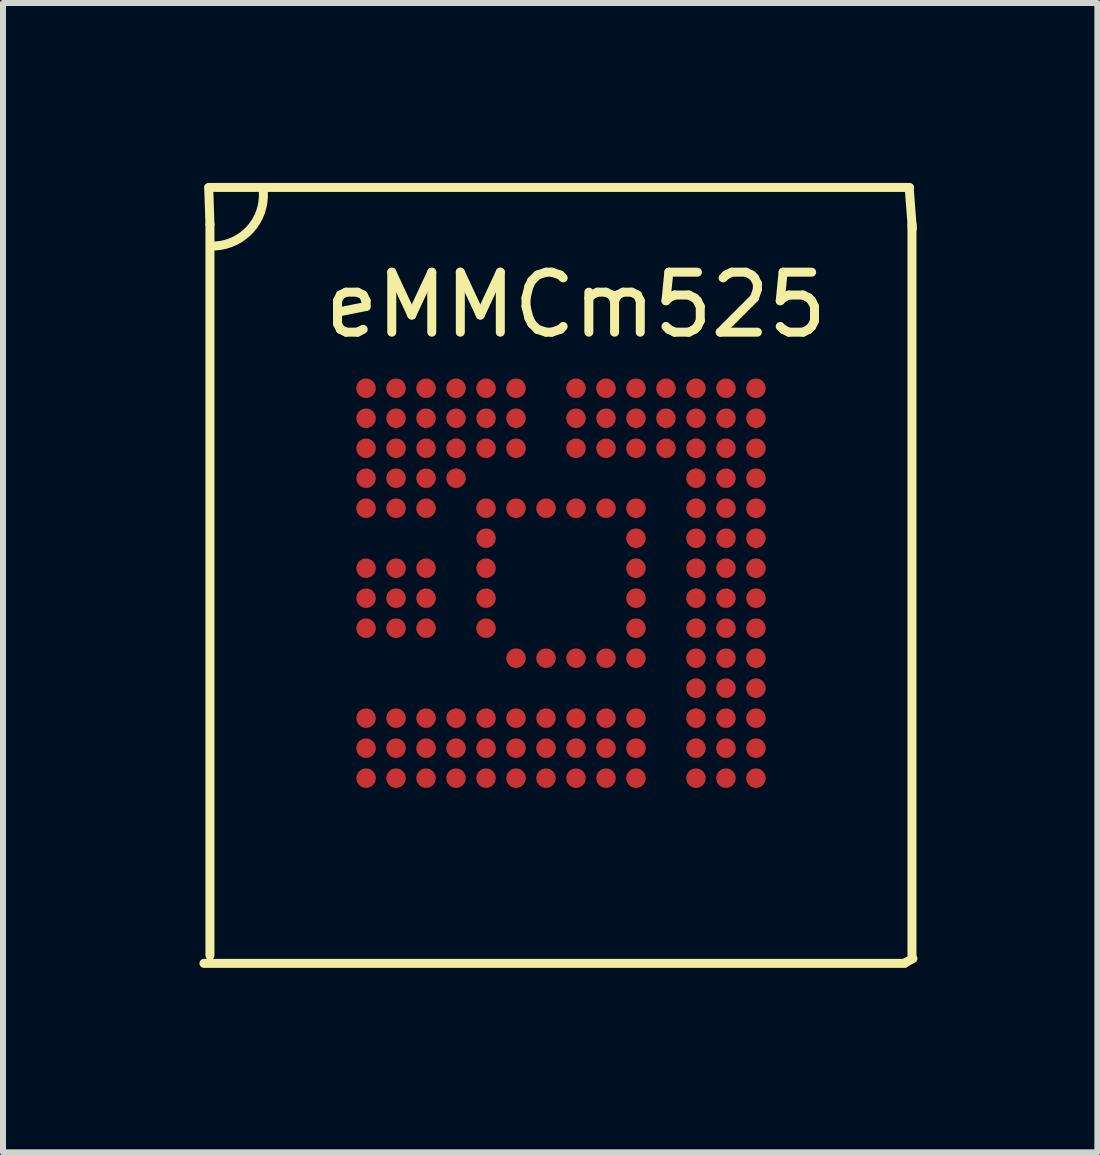
<source format=kicad_pcb>
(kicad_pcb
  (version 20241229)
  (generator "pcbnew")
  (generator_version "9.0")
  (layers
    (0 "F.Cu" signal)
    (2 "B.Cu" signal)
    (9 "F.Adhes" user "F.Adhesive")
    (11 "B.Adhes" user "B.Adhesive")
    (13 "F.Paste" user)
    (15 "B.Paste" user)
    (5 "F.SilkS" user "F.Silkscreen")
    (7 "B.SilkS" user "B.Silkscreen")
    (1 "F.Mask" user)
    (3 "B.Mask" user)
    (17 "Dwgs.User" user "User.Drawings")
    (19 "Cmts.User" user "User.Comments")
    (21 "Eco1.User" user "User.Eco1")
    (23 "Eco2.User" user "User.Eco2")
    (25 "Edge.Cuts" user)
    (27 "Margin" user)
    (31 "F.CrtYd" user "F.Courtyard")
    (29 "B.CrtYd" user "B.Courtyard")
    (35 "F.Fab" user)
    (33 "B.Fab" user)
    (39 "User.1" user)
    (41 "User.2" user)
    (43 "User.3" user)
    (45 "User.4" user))
  (footprint "eMMCm525"
    (layer "F.Cu")
    (at 0.25 12.911)
    (property "Reference" "eMMCm525" (at 6.303 -10.878 180) (layer "F.SilkS") (effects (font (size 1 1) (thickness 0.15))))
    (attr through_hole)
    (fp_line (start 0.1 0.1) (end 11.784 0.1) (stroke (width 0.15) (type solid)) (layer "F.SilkS"))
    (fp_line (start 0.2 -12.222) (end 0.2 -0.03) (stroke (width 0.15) (type solid)) (layer "F.SilkS"))
    (fp_line (start 0.2 -12.22) (end 0.18 -12.83) (stroke (width 0.15) (type solid)) (layer "F.SilkS"))
    (fp_line (start 11.864 -12.836) (end 0.18 -12.836) (stroke (width 0.15) (type solid)) (layer "F.SilkS"))
    (fp_line (start 11.904 -0.02) (end 11.904 -12.212) (stroke (width 0.15) (type solid)) (layer "F.SilkS"))
    (fp_line (start 11.91 -12.15) (end 11.86 -12.8) (stroke (width 0.15) (type solid)) (layer "F.SilkS"))
    (fp_line (start 11.92 0.02) (end 11.79 0.09) (stroke (width 0.15) (type solid)) (layer "F.SilkS"))
    (fp_arc (start 1.09 -12.76) (mid 0.876396 -12.144315) (end 0.29 -11.86) (stroke (width 0.15) (type solid)) (layer "F.SilkS"))
    (pad "1" smd circle (at 3.803 -9.488 180) (size 0.325 0.325) (layers "F.Cu" "F.Mask" "F.Paste"))
    (pad "2" smd circle (at 4.303 -9.488 180) (size 0.325 0.325) (layers "F.Cu" "F.Mask" "F.Paste"))
    (pad "3" smd circle (at 4.803 -9.488 180) (size 0.325 0.325) (layers "F.Cu" "F.Mask" "F.Paste"))
    (pad "4" smd circle (at 6.303 -9.488 180) (size 0.325 0.325) (layers "F.Cu" "F.Mask" "F.Paste"))
    (pad "5" smd circle (at 6.803 -9.488 180) (size 0.325 0.325) (layers "F.Cu" "F.Mask" "F.Paste"))
    (pad "6" smd circle (at 3.303 -8.988 180) (size 0.325 0.325) (layers "F.Cu" "F.Mask" "F.Paste"))
    (pad "7" smd circle (at 3.803 -8.988 180) (size 0.325 0.325) (layers "F.Cu" "F.Mask" "F.Paste"))
    (pad "8" smd circle (at 4.303 -8.988 180) (size 0.325 0.325) (layers "F.Cu" "F.Mask" "F.Paste"))
    (pad "9" smd circle (at 4.803 -8.988 180) (size 0.325 0.325) (layers "F.Cu" "F.Mask" "F.Paste"))
    (pad "10" smd circle (at 5.303 -8.988 180) (size 0.325 0.325) (layers "F.Cu" "F.Mask" "F.Paste"))
    (pad "11" smd circle (at 3.303 -8.488 180) (size 0.325 0.325) (layers "F.Cu" "F.Mask" "F.Paste"))
    (pad "12" smd circle (at 7.303 -9.488 180) (size 0.325 0.325) (layers "F.Cu" "F.Mask" "F.Paste"))
    (pad "13" smd circle (at 7.803 -9.488 180) (size 0.325 0.325) (layers "F.Cu" "F.Mask" "F.Paste"))
    (pad "15" smd circle (at 4.803 -7.488 180) (size 0.325 0.325) (layers "F.Cu" "F.Mask" "F.Paste"))
    (pad "16" smd circle (at 3.803 -6.488 180) (size 0.325 0.325) (layers "F.Cu" "F.Mask" "F.Paste"))
    (pad "17" smd circle (at 5.303 -4.988 180) (size 0.325 0.325) (layers "F.Cu" "F.Mask" "F.Paste"))
    (pad "18" smd circle (at 5.803 -4.988 180) (size 0.325 0.325) (layers "F.Cu" "F.Mask" "F.Paste"))
    (pad "19" smd circle (at 5.803 -2.988 180) (size 0.325 0.325) (layers "F.Cu" "F.Mask" "F.Paste"))
    (pad "20" smd circle (at 7.303 -2.988 180) (size 0.325 0.325) (layers "F.Cu" "F.Mask" "F.Paste"))
    (pad "21" smd circle (at 5.303 -9.488 180) (size 0.325 0.325) (layers "F.Cu" "F.Mask" "F.Paste"))
    (pad "22" smd circle (at 5.803 -7.488 180) (size 0.325 0.325) (layers "F.Cu" "F.Mask" "F.Paste"))
    (pad "23" smd circle (at 4.803 -6.488 180) (size 0.325 0.325) (layers "F.Cu" "F.Mask" "F.Paste"))
    (pad "24" smd circle (at 7.303 -5.988 180) (size 0.325 0.325) (layers "F.Cu" "F.Mask" "F.Paste"))
    (pad "25" smd circle (at 4.803 -5.488 180) (size 0.325 0.325) (layers "F.Cu" "F.Mask" "F.Paste"))
    (pad "26" smd circle (at 6.303 -4.988 180) (size 0.325 0.325) (layers "F.Cu" "F.Mask" "F.Paste"))
    (pad "27" smd circle (at 4.303 -8.488 180) (size 0.325 0.325) (layers "F.Cu" "F.Mask" "F.Paste"))
    (pad "28" smd circle (at 4.303 -2.988 180) (size 0.325 0.325) (layers "F.Cu" "F.Mask" "F.Paste"))
    (pad "29" smd circle (at 4.803 -3.488 180) (size 0.325 0.325) (layers "F.Cu" "F.Mask" "F.Paste"))
    (pad "30" smd circle (at 5.303 -2.988 180) (size 0.325 0.325) (layers "F.Cu" "F.Mask" "F.Paste"))
    (pad "31" smd circle (at 3.303 -3.488 180) (size 0.325 0.325) (layers "F.Cu" "F.Mask" "F.Paste"))
    (pad "32" smd circle (at 5.303 -7.488 180) (size 0.325 0.325) (layers "F.Cu" "F.Mask" "F.Paste"))
    (pad "33" smd circle (at 4.803 -6.988 180) (size 0.325 0.325) (layers "F.Cu" "F.Mask" "F.Paste"))
    (pad "34" smd circle (at 6.803 -4.988 180) (size 0.325 0.325) (layers "F.Cu" "F.Mask" "F.Paste"))
    (pad "35" smd circle (at 7.303 -5.488 180) (size 0.325 0.325) (layers "F.Cu" "F.Mask" "F.Paste"))
    (pad "36" smd circle (at 5.303 -8.488 180) (size 0.325 0.325) (layers "F.Cu" "F.Mask" "F.Paste"))
    (pad "37" smd circle (at 4.303 -3.988 180) (size 0.325 0.325) (layers "F.Cu" "F.Mask" "F.Paste"))
    (pad "38" smd circle (at 4.303 -3.488 180) (size 0.325 0.325) (layers "F.Cu" "F.Mask" "F.Paste"))
    (pad "39" smd circle (at 3.803 -2.988 180) (size 0.325 0.325) (layers "F.Cu" "F.Mask" "F.Paste"))
    (pad "40" smd circle (at 4.803 -2.988 180) (size 0.325 0.325) (layers "F.Cu" "F.Mask" "F.Paste"))
    (pad "41" smd circle (at 6.303 -7.488 180) (size 0.325 0.325) (layers "F.Cu" "F.Mask" "F.Paste"))
    (pad "42" smd circle (at 6.803 -7.488 180) (size 0.325 0.325) (layers "F.Cu" "F.Mask" "F.Paste"))
    (pad "43" smd circle (at 7.303 -7.488 180) (size 0.325 0.325) (layers "F.Cu" "F.Mask" "F.Paste"))
    (pad "44" smd circle (at 7.303 -6.988 180) (size 0.325 0.325) (layers "F.Cu" "F.Mask" "F.Paste"))
    (pad "45" smd circle (at 7.303 -6.488 180) (size 0.325 0.325) (layers "F.Cu" "F.Mask" "F.Paste"))
    (pad "46" smd circle (at 7.303 -4.988 180) (size 0.325 0.325) (layers "F.Cu" "F.Mask" "F.Paste"))
    (pad "47" smd circle (at 4.803 -5.988 180) (size 0.325 0.325) (layers "F.Cu" "F.Mask" "F.Paste"))
    (pad "49" smd circle (at 4.803 -3.988 180) (size 0.325 0.325) (layers "F.Cu" "F.Mask" "F.Paste"))
    (pad "50" smd circle (at 5.303 -3.988 180) (size 0.325 0.325) (layers "F.Cu" "F.Mask" "F.Paste"))
    (pad "51" smd circle (at 8.303 -9.488 180) (size 0.325 0.325) (layers "F.Cu" "F.Mask" "F.Paste"))
    (pad "52" smd circle (at 8.803 -9.488 180) (size 0.325 0.325) (layers "F.Cu" "F.Mask" "F.Paste"))
    (pad "53" smd circle (at 9.303 -9.488 180) (size 0.325 0.325) (layers "F.Cu" "F.Mask" "F.Paste"))
    (pad "54" smd circle (at 2.803 -8.988 180) (size 0.325 0.325) (layers "F.Cu" "F.Mask" "F.Paste"))
    (pad "56" smd circle (at 6.303 -8.988 180) (size 0.325 0.325) (layers "F.Cu" "F.Mask" "F.Paste"))
    (pad "57" smd circle (at 6.803 -8.988 180) (size 0.325 0.325) (layers "F.Cu" "F.Mask" "F.Paste"))
    (pad "58" smd circle (at 7.303 -8.988 180) (size 0.325 0.325) (layers "F.Cu" "F.Mask" "F.Paste"))
    (pad "59" smd circle (at 7.803 -8.988 180) (size 0.325 0.325) (layers "F.Cu" "F.Mask" "F.Paste"))
    (pad "60" smd circle (at 8.303 -8.988 180) (size 0.325 0.325) (layers "F.Cu" "F.Mask" "F.Paste"))
    (pad "61" smd circle (at 8.803 -8.988 180) (size 0.325 0.325) (layers "F.Cu" "F.Mask" "F.Paste"))
    (pad "62" smd circle (at 9.303 -8.988 180) (size 0.325 0.325) (layers "F.Cu" "F.Mask" "F.Paste"))
    (pad "63" smd circle (at 9.303 -8.488 180) (size 0.325 0.325) (layers "F.Cu" "F.Mask" "F.Paste"))
    (pad "64" smd circle (at 8.803 -8.488 180) (size 0.325 0.325) (layers "F.Cu" "F.Mask" "F.Paste"))
    (pad "65" smd circle (at 8.303 -8.488 180) (size 0.325 0.325) (layers "F.Cu" "F.Mask" "F.Paste"))
    (pad "66" smd circle (at 7.803 -8.488 180) (size 0.325 0.325) (layers "F.Cu" "F.Mask" "F.Paste"))
    (pad "67" smd circle (at 7.303 -8.488 180) (size 0.325 0.325) (layers "F.Cu" "F.Mask" "F.Paste"))
    (pad "68" smd circle (at 6.803 -8.488 180) (size 0.325 0.325) (layers "F.Cu" "F.Mask" "F.Paste"))
    (pad "69" smd circle (at 6.303 -8.488 180) (size 0.325 0.325) (layers "F.Cu" "F.Mask" "F.Paste"))
    (pad "71" smd circle (at 4.803 -8.488 180) (size 0.325 0.325) (layers "F.Cu" "F.Mask" "F.Paste"))
    (pad "72" smd circle (at 3.803 -8.488 180) (size 0.325 0.325) (layers "F.Cu" "F.Mask" "F.Paste"))
    (pad "73" smd circle (at 2.803 -8.488 180) (size 0.325 0.325) (layers "F.Cu" "F.Mask" "F.Paste"))
    (pad "74" smd circle (at 2.803 -7.988 180) (size 0.325 0.325) (layers "F.Cu" "F.Mask" "F.Paste"))
    (pad "75" smd circle (at 3.303 -7.988 180) (size 0.325 0.325) (layers "F.Cu" "F.Mask" "F.Paste"))
    (pad "76" smd circle (at 3.803 -7.988 180) (size 0.325 0.325) (layers "F.Cu" "F.Mask" "F.Paste"))
    (pad "77" smd circle (at 4.303 -7.988 180) (size 0.325 0.325) (layers "F.Cu" "F.Mask" "F.Paste"))
    (pad "78" smd circle (at 3.303 -9.488 180) (size 0.325 0.325) (layers "F.Cu" "F.Mask" "F.Paste"))
    (pad "79" smd circle (at 2.803 -7.488 180) (size 0.325 0.325) (layers "F.Cu" "F.Mask" "F.Paste"))
    (pad "80" smd circle (at 3.303 -7.488 180) (size 0.325 0.325) (layers "F.Cu" "F.Mask" "F.Paste"))
    (pad "81" smd circle (at 3.803 -7.488 180) (size 0.325 0.325) (layers "F.Cu" "F.Mask" "F.Paste"))
    (pad "85" smd circle (at 2.803 -6.488 180) (size 0.325 0.325) (layers "F.Cu" "F.Mask" "F.Paste"))
    (pad "86" smd circle (at 3.303 -6.488 180) (size 0.325 0.325) (layers "F.Cu" "F.Mask" "F.Paste"))
    (pad "87" smd circle (at 2.803 -5.988 180) (size 0.325 0.325) (layers "F.Cu" "F.Mask" "F.Paste"))
    (pad "88" smd circle (at 3.303 -5.988 180) (size 0.325 0.325) (layers "F.Cu" "F.Mask" "F.Paste"))
    (pad "89" smd circle (at 3.803 -5.988 180) (size 0.325 0.325) (layers "F.Cu" "F.Mask" "F.Paste"))
    (pad "90" smd circle (at 2.803 -5.488 180) (size 0.325 0.325) (layers "F.Cu" "F.Mask" "F.Paste"))
    (pad "91" smd circle (at 3.303 -5.488 180) (size 0.325 0.325) (layers "F.Cu" "F.Mask" "F.Paste"))
    (pad "92" smd circle (at 3.803 -5.488 180) (size 0.325 0.325) (layers "F.Cu" "F.Mask" "F.Paste"))
    (pad "99" smd circle (at 2.803 -3.988 180) (size 0.325 0.325) (layers "F.Cu" "F.Mask" "F.Paste"))
    (pad "100" smd circle (at 3.303 -3.988 180) (size 0.325 0.325) (layers "F.Cu" "F.Mask" "F.Paste"))
    (pad "101" smd circle (at 3.803 -3.988 180) (size 0.325 0.325) (layers "F.Cu" "F.Mask" "F.Paste"))
    (pad "102" smd circle (at 2.803 -3.488 180) (size 0.325 0.325) (layers "F.Cu" "F.Mask" "F.Paste"))
    (pad "103" smd circle (at 3.803 -3.488 180) (size 0.325 0.325) (layers "F.Cu" "F.Mask" "F.Paste"))
    (pad "104" smd circle (at 2.803 -2.988 180) (size 0.325 0.325) (layers "F.Cu" "F.Mask" "F.Paste"))
    (pad "105" smd circle (at 3.303 -2.988 180) (size 0.325 0.325) (layers "F.Cu" "F.Mask" "F.Paste"))
    (pad "106" smd circle (at 5.303 -3.488 180) (size 0.325 0.325) (layers "F.Cu" "F.Mask" "F.Paste"))
    (pad "107" smd circle (at 5.803 -3.488 180) (size 0.325 0.325) (layers "F.Cu" "F.Mask" "F.Paste"))
    (pad "108" smd circle (at 5.803 -3.988 180) (size 0.325 0.325) (layers "F.Cu" "F.Mask" "F.Paste"))
    (pad "109" smd circle (at 6.303 -3.988 180) (size 0.325 0.325) (layers "F.Cu" "F.Mask" "F.Paste"))
    (pad "110" smd circle (at 6.303 -3.488 180) (size 0.325 0.325) (layers "F.Cu" "F.Mask" "F.Paste"))
    (pad "111" smd circle (at 6.303 -2.988 180) (size 0.325 0.325) (layers "F.Cu" "F.Mask" "F.Paste"))
    (pad "112" smd circle (at 6.803 -2.988 180) (size 0.325 0.325) (layers "F.Cu" "F.Mask" "F.Paste"))
    (pad "113" smd circle (at 6.803 -3.488 180) (size 0.325 0.325) (layers "F.Cu" "F.Mask" "F.Paste"))
    (pad "114" smd circle (at 6.803 -3.988 180) (size 0.325 0.325) (layers "F.Cu" "F.Mask" "F.Paste"))
    (pad "115" smd circle (at 7.303 -3.988 180) (size 0.325 0.325) (layers "F.Cu" "F.Mask" "F.Paste"))
    (pad "116" smd circle (at 7.303 -3.488 180) (size 0.325 0.325) (layers "F.Cu" "F.Mask" "F.Paste"))
    (pad "120" smd circle (at 8.303 -3.988 180) (size 0.325 0.325) (layers "F.Cu" "F.Mask" "F.Paste"))
    (pad "121" smd circle (at 8.303 -3.488 180) (size 0.325 0.325) (layers "F.Cu" "F.Mask" "F.Paste"))
    (pad "122" smd circle (at 8.303 -2.988 180) (size 0.325 0.325) (layers "F.Cu" "F.Mask" "F.Paste"))
    (pad "123" smd circle (at 8.803 -2.988 180) (size 0.325 0.325) (layers "F.Cu" "F.Mask" "F.Paste"))
    (pad "124" smd circle (at 8.803 -3.488 180) (size 0.325 0.325) (layers "F.Cu" "F.Mask" "F.Paste"))
    (pad "125" smd circle (at 8.803 -3.988 180) (size 0.325 0.325) (layers "F.Cu" "F.Mask" "F.Paste"))
    (pad "126" smd circle (at 9.303 -3.988 180) (size 0.325 0.325) (layers "F.Cu" "F.Mask" "F.Paste"))
    (pad "127" smd circle (at 9.303 -2.988 180) (size 0.325 0.325) (layers "F.Cu" "F.Mask" "F.Paste"))
    (pad "128" smd circle (at 9.303 -3.488 180) (size 0.325 0.325) (layers "F.Cu" "F.Mask" "F.Paste"))
    (pad "129" smd circle (at 9.303 -4.488 180) (size 0.325 0.325) (layers "F.Cu" "F.Mask" "F.Paste"))
    (pad "130" smd circle (at 9.303 -4.988 180) (size 0.325 0.325) (layers "F.Cu" "F.Mask" "F.Paste"))
    (pad "131" smd circle (at 9.303 -5.488 180) (size 0.325 0.325) (layers "F.Cu" "F.Mask" "F.Paste"))
    (pad "132" smd circle (at 9.303 -5.988 180) (size 0.325 0.325) (layers "F.Cu" "F.Mask" "F.Paste"))
    (pad "133" smd circle (at 9.303 -6.488 180) (size 0.325 0.325) (layers "F.Cu" "F.Mask" "F.Paste"))
    (pad "134" smd circle (at 9.303 -6.988 180) (size 0.325 0.325) (layers "F.Cu" "F.Mask" "F.Paste"))
    (pad "135" smd circle (at 9.303 -7.488 180) (size 0.325 0.325) (layers "F.Cu" "F.Mask" "F.Paste"))
    (pad "136" smd circle (at 9.303 -7.988 180) (size 0.325 0.325) (layers "F.Cu" "F.Mask" "F.Paste"))
    (pad "137" smd circle (at 8.803 -7.988 180) (size 0.325 0.325) (layers "F.Cu" "F.Mask" "F.Paste"))
    (pad "138" smd circle (at 8.803 -7.488 180) (size 0.325 0.325) (layers "F.Cu" "F.Mask" "F.Paste"))
    (pad "139" smd circle (at 8.803 -6.988 180) (size 0.325 0.325) (layers "F.Cu" "F.Mask" "F.Paste"))
    (pad "140" smd circle (at 8.803 -6.488 180) (size 0.325 0.325) (layers "F.Cu" "F.Mask" "F.Paste"))
    (pad "141" smd circle (at 8.803 -5.988 180) (size 0.325 0.325) (layers "F.Cu" "F.Mask" "F.Paste"))
    (pad "142" smd circle (at 8.803 -5.488 180) (size 0.325 0.325) (layers "F.Cu" "F.Mask" "F.Paste"))
    (pad "143" smd circle (at 8.803 -4.988 180) (size 0.325 0.325) (layers "F.Cu" "F.Mask" "F.Paste"))
    (pad "144" smd circle (at 8.803 -4.488 180) (size 0.325 0.325) (layers "F.Cu" "F.Mask" "F.Paste"))
    (pad "145" smd circle (at 8.303 -4.488 180) (size 0.325 0.325) (layers "F.Cu" "F.Mask" "F.Paste"))
    (pad "146" smd circle (at 8.303 -4.988 180) (size 0.325 0.325) (layers "F.Cu" "F.Mask" "F.Paste"))
    (pad "147" smd circle (at 8.303 -5.488 180) (size 0.325 0.325) (layers "F.Cu" "F.Mask" "F.Paste"))
    (pad "148" smd circle (at 8.303 -5.988 180) (size 0.325 0.325) (layers "F.Cu" "F.Mask" "F.Paste"))
    (pad "149" smd circle (at 8.303 -6.488 180) (size 0.325 0.325) (layers "F.Cu" "F.Mask" "F.Paste"))
    (pad "150" smd circle (at 8.303 -6.988 180) (size 0.325 0.325) (layers "F.Cu" "F.Mask" "F.Paste"))
    (pad "151" smd circle (at 8.303 -7.488 180) (size 0.325 0.325) (layers "F.Cu" "F.Mask" "F.Paste"))
    (pad "152" smd circle (at 8.303 -7.988 180) (size 0.325 0.325) (layers "F.Cu" "F.Mask" "F.Paste"))
    (pad "153" smd circle (at 2.803 -9.488 180) (size 0.325 0.325) (layers "F.Cu" "F.Mask" "F.Paste")))
  (gr_rect
    (start -3 -3)
    (end 15.245 16.161)
    (stroke (width 0.1) (type default))
    (fill no)
    (layer "Edge.Cuts")))
</source>
